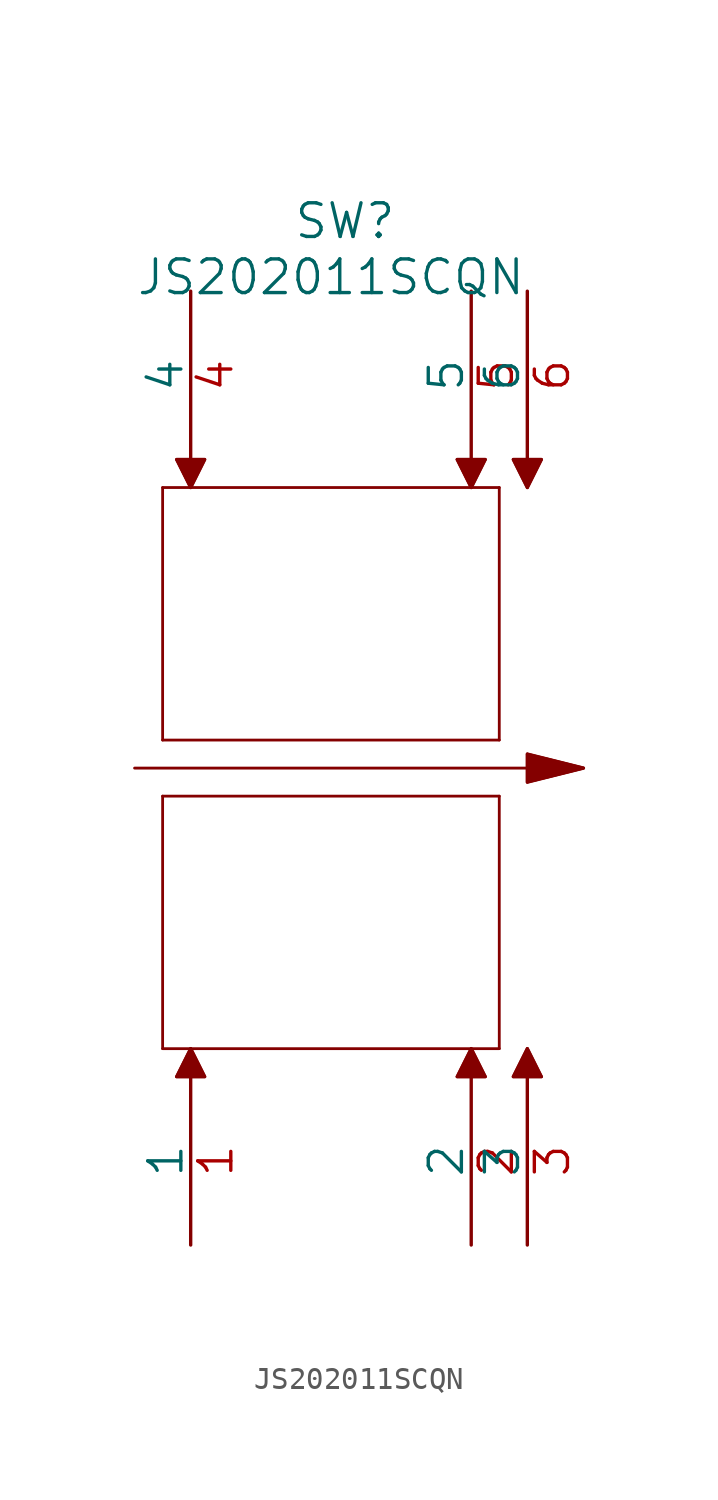
<source format=kicad_sym>
(kicad_symbol_lib
  (version 20211014)
  (generator kicad_symbol_editor)
  (symbol "JS202011SCQN"
    (pin_names
      (offset 0))
    (property "Reference" "SW"
      (at 6.985 46.355 0)
      (effects (font (size 1.524 1.524))))
    (property "Value" "JS202011SCQN"
      (at 6.35 43.815 0)
      (effects (font (size 1.524 1.524))))
    (property "Datasheet" ""
      (at 0 0 0)
      (effects (font (size 1.524 1.524))))
    (property "ki_locked" ""
      (at 0 0 0)
      (effects (font (size 1.27 1.27))))
    (symbol "JS202011SCQN_1_1"
      (polyline (pts (xy -2.54 21.59) (xy 15.24 21.59)) (stroke (width 0.127) (type default) (color 0 0 0 0)) (fill (type none)))
      (polyline (pts (xy -1.27 8.89) (xy -1.27 20.32)) (stroke (width 0.127) (type default) (color 0 0 0 0)) (fill (type none)))
      (polyline (pts (xy -1.27 8.89) (xy 13.97 8.89)) (stroke (width 0.127) (type default) (color 0 0 0 0)) (fill (type none)))
      (polyline (pts (xy -1.27 20.32) (xy 13.97 20.32)) (stroke (width 0.127) (type default) (color 0 0 0 0)) (fill (type none)))
      (polyline (pts (xy -1.27 22.86) (xy 13.97 22.86)) (stroke (width 0.127) (type default) (color 0 0 0 0)) (fill (type none)))
      (polyline (pts (xy -1.27 34.29) (xy -1.27 22.86)) (stroke (width 0.127) (type default) (color 0 0 0 0)) (fill (type none)))
      (polyline (pts (xy -0.635 7.62) (xy 0 8.89)) (stroke (width 0.127) (type default) (color 0 0 0 0)) (fill (type none)))
      (polyline (pts (xy -0.635 7.62) (xy 0.635 7.62)) (stroke (width 0.127) (type default) (color 0 0 0 0)) (fill (type none)))
      (polyline (pts (xy -0.635 35.56) (xy 0 34.29)) (stroke (width 0.127) (type default) (color 0 0 0 0)) (fill (type none)))
      (polyline (pts (xy -0.635 35.56) (xy 0.635 35.56)) (stroke (width 0.127) (type default) (color 0 0 0 0)) (fill (type none)))
      (polyline (pts (xy 0 8.89) (xy 0.635 7.62)) (stroke (width 0.127) (type default) (color 0 0 0 0)) (fill (type none)))
      (polyline (pts (xy 0 34.29) (xy 0.635 35.56)) (stroke (width 0.127) (type default) (color 0 0 0 0)) (fill (type none)))
      (polyline (pts (xy 12.065 7.62) (xy 12.7 8.89)) (stroke (width 0.127) (type default) (color 0 0 0 0)) (fill (type none)))
      (polyline (pts (xy 12.065 35.56) (xy 12.7 34.29)) (stroke (width 0.127) (type default) (color 0 0 0 0)) (fill (type none)))
      (polyline (pts (xy 12.065 35.56) (xy 13.335 35.56)) (stroke (width 0.127) (type default) (color 0 0 0 0)) (fill (type none)))
      (polyline (pts (xy 12.7 8.89) (xy 13.335 7.62)) (stroke (width 0.127) (type default) (color 0 0 0 0)) (fill (type none)))
      (polyline (pts (xy 12.7 34.29) (xy 13.335 35.56)) (stroke (width 0.127) (type default) (color 0 0 0 0)) (fill (type none)))
      (polyline (pts (xy 13.335 7.62) (xy 12.065 7.62)) (stroke (width 0.127) (type default) (color 0 0 0 0)) (fill (type none)))
      (polyline (pts (xy 13.97 8.89) (xy 13.97 20.32)) (stroke (width 0.127) (type default) (color 0 0 0 0)) (fill (type none)))
      (polyline (pts (xy 13.97 22.86) (xy 13.97 34.29)) (stroke (width 0.127) (type default) (color 0 0 0 0)) (fill (type none)))
      (polyline (pts (xy 13.97 34.29) (xy -1.27 34.29)) (stroke (width 0.127) (type default) (color 0 0 0 0)) (fill (type none)))
      (polyline (pts (xy 14.605 7.62) (xy 15.24 8.89)) (stroke (width 0.127) (type default) (color 0 0 0 0)) (fill (type none)))
      (polyline (pts (xy 14.605 7.62) (xy 15.875 7.62)) (stroke (width 0.127) (type default) (color 0 0 0 0)) (fill (type none)))
      (polyline (pts (xy 14.605 35.56) (xy 15.24 34.29)) (stroke (width 0.127) (type default) (color 0 0 0 0)) (fill (type none)))
      (polyline (pts (xy 14.605 35.56) (xy 15.875 35.56)) (stroke (width 0.127) (type default) (color 0 0 0 0)) (fill (type none)))
      (polyline (pts (xy 15.24 8.89) (xy 15.875 7.62)) (stroke (width 0.127) (type default) (color 0 0 0 0)) (fill (type none)))
      (polyline (pts (xy 15.24 20.955) (xy 17.78 21.59)) (stroke (width 0.127) (type default) (color 0 0 0 0)) (fill (type none)))
      (polyline (pts (xy 15.24 22.225) (xy 15.24 20.955)) (stroke (width 0.127) (type default) (color 0 0 0 0)) (fill (type none)))
      (polyline (pts (xy 15.24 22.225) (xy 17.78 21.59)) (stroke (width 0.127) (type default) (color 0 0 0 0)) (fill (type none)))
      (polyline (pts (xy 15.24 34.29) (xy 15.875 35.56)) (stroke (width 0.127) (type default) (color 0 0 0 0)) (fill (type none)))
      (polyline (pts (xy -0.635 7.62) (xy 0.635 7.62) (xy 0 8.89) (xy -0.635 7.62)) (stroke (width 0) (type default) (color 0 0 0 0)) (fill (type outline)))
      (polyline (pts (xy -0.635 35.56) (xy 0.635 35.56) (xy 0 34.29) (xy -0.635 35.56)) (stroke (width 0) (type default) (color 0 0 0 0)) (fill (type outline)))
      (polyline (pts (xy 12.065 7.62) (xy 13.335 7.62) (xy 12.7 8.89) (xy 12.065 7.62)) (stroke (width 0) (type default) (color 0 0 0 0)) (fill (type outline)))
      (polyline (pts (xy 12.065 35.56) (xy 13.335 35.56) (xy 12.7 34.29) (xy 12.065 35.56)) (stroke (width 0) (type default) (color 0 0 0 0)) (fill (type outline)))
      (polyline (pts (xy 14.605 7.62) (xy 15.875 7.62) (xy 15.24 8.89) (xy 14.605 7.62)) (stroke (width 0) (type default) (color 0 0 0 0)) (fill (type outline)))
      (polyline (pts (xy 14.605 35.56) (xy 15.875 35.56) (xy 15.24 34.29) (xy 14.605 35.56)) (stroke (width 0) (type default) (color 0 0 0 0)) (fill (type outline)))
      (polyline (pts (xy 15.24 22.225) (xy 15.24 20.955) (xy 17.78 21.59) (xy 15.24 22.225)) (stroke (width 0) (type default) (color 0 0 0 0)) (fill (type outline)))
      (pin unspecified line (at 0 0 90) (length 7.62) (name "1" (effects (font (size 1.499 1.499)))) (number "1" (effects (font (size 1.499 1.499)))))
      (pin unspecified line (at 12.7 0 90) (length 7.62) (name "2" (effects (font (size 1.499 1.499)))) (number "2" (effects (font (size 1.499 1.499)))))
      (pin unspecified line (at 15.24 0 90) (length 7.62) (name "3" (effects (font (size 1.499 1.499)))) (number "3" (effects (font (size 1.499 1.499)))))
      (pin unspecified line (at 0 43.18 270) (length 7.62) (name "4" (effects (font (size 1.499 1.499)))) (number "4" (effects (font (size 1.499 1.499)))))
      (pin unspecified line (at 12.7 43.18 270) (length 7.62) (name "5" (effects (font (size 1.499 1.499)))) (number "5" (effects (font (size 1.499 1.499)))))
      (pin unspecified line (at 15.24 43.18 270) (length 7.62) (name "6" (effects (font (size 1.499 1.499)))) (number "6" (effects (font (size 1.499 1.499))))))))
</source>
